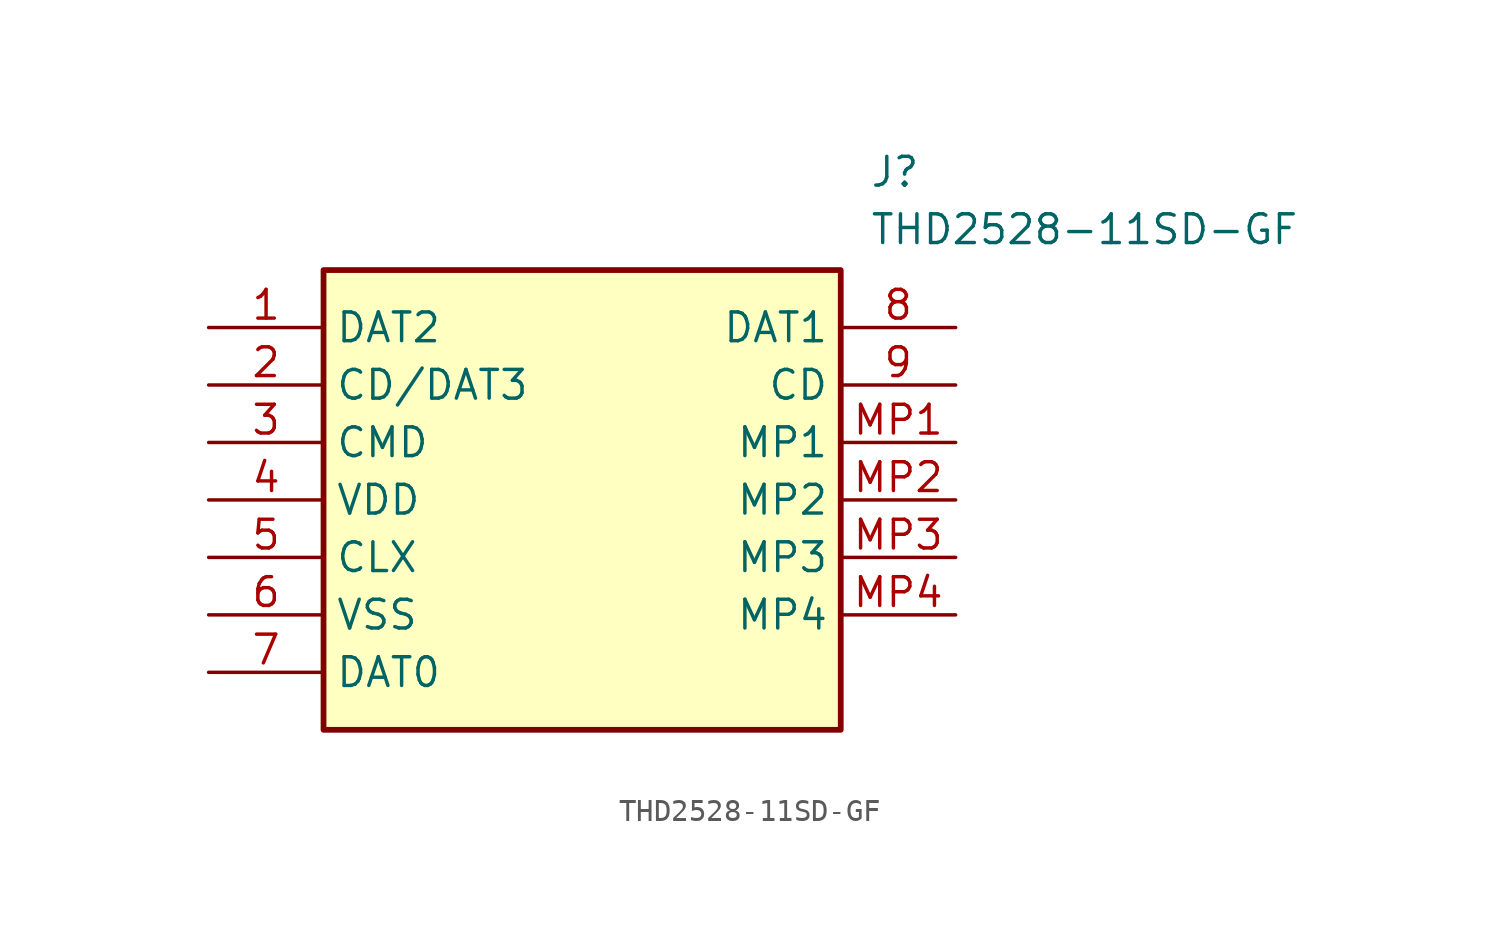
<source format=kicad_sym>
(kicad_symbol_lib
  (version 20211014)
  (generator SamacSys_ECAD_Model)
  (symbol "THD2528-11SD-GF"
    (property "Reference" "J"
      (at 29.21 7.62 0)
      (effects (font (size 1.27 1.27)) (justify left top)))
    (property "Value" "THD2528-11SD-GF"
      (at 29.21 5.08 0)
      (effects (font (size 1.27 1.27)) (justify left top)))
    (rectangle
      (start 5.08 2.54)
      (end 27.94 -17.78)
      (stroke (width 0.254) (type default))
      (fill (type background)))
    (pin passive line
      (at 0 0 0)
      (length 5.08)
      (name "DAT2" (effects (font (size 1.27 1.27))))
      (number "1" (effects (font (size 1.27 1.27)))))
    (pin passive line
      (at 0 -2.54 0)
      (length 5.08)
      (name "CD/DAT3" (effects (font (size 1.27 1.27))))
      (number "2" (effects (font (size 1.27 1.27)))))
    (pin passive line
      (at 0 -5.08 0)
      (length 5.08)
      (name "CMD" (effects (font (size 1.27 1.27))))
      (number "3" (effects (font (size 1.27 1.27)))))
    (pin passive line
      (at 0 -7.62 0)
      (length 5.08)
      (name "VDD" (effects (font (size 1.27 1.27))))
      (number "4" (effects (font (size 1.27 1.27)))))
    (pin passive line
      (at 0 -10.16 0)
      (length 5.08)
      (name "CLX" (effects (font (size 1.27 1.27))))
      (number "5" (effects (font (size 1.27 1.27)))))
    (pin passive line
      (at 0 -12.7 0)
      (length 5.08)
      (name "VSS" (effects (font (size 1.27 1.27))))
      (number "6" (effects (font (size 1.27 1.27)))))
    (pin passive line
      (at 0 -15.24 0)
      (length 5.08)
      (name "DAT0" (effects (font (size 1.27 1.27))))
      (number "7" (effects (font (size 1.27 1.27)))))
    (pin passive line
      (at 33.02 0 180)
      (length 5.08)
      (name "DAT1" (effects (font (size 1.27 1.27))))
      (number "8" (effects (font (size 1.27 1.27)))))
    (pin passive line
      (at 33.02 -2.54 180)
      (length 5.08)
      (name "CD" (effects (font (size 1.27 1.27))))
      (number "9" (effects (font (size 1.27 1.27)))))
    (pin passive line
      (at 33.02 -5.08 180)
      (length 5.08)
      (name "MP1" (effects (font (size 1.27 1.27))))
      (number "MP1" (effects (font (size 1.27 1.27)))))
    (pin passive line
      (at 33.02 -7.62 180)
      (length 5.08)
      (name "MP2" (effects (font (size 1.27 1.27))))
      (number "MP2" (effects (font (size 1.27 1.27)))))
    (pin passive line
      (at 33.02 -10.16 180)
      (length 5.08)
      (name "MP3" (effects (font (size 1.27 1.27))))
      (number "MP3" (effects (font (size 1.27 1.27)))))
    (pin passive line
      (at 33.02 -12.7 180)
      (length 5.08)
      (name "MP4" (effects (font (size 1.27 1.27))))
      (number "MP4" (effects (font (size 1.27 1.27)))))))
</source>
